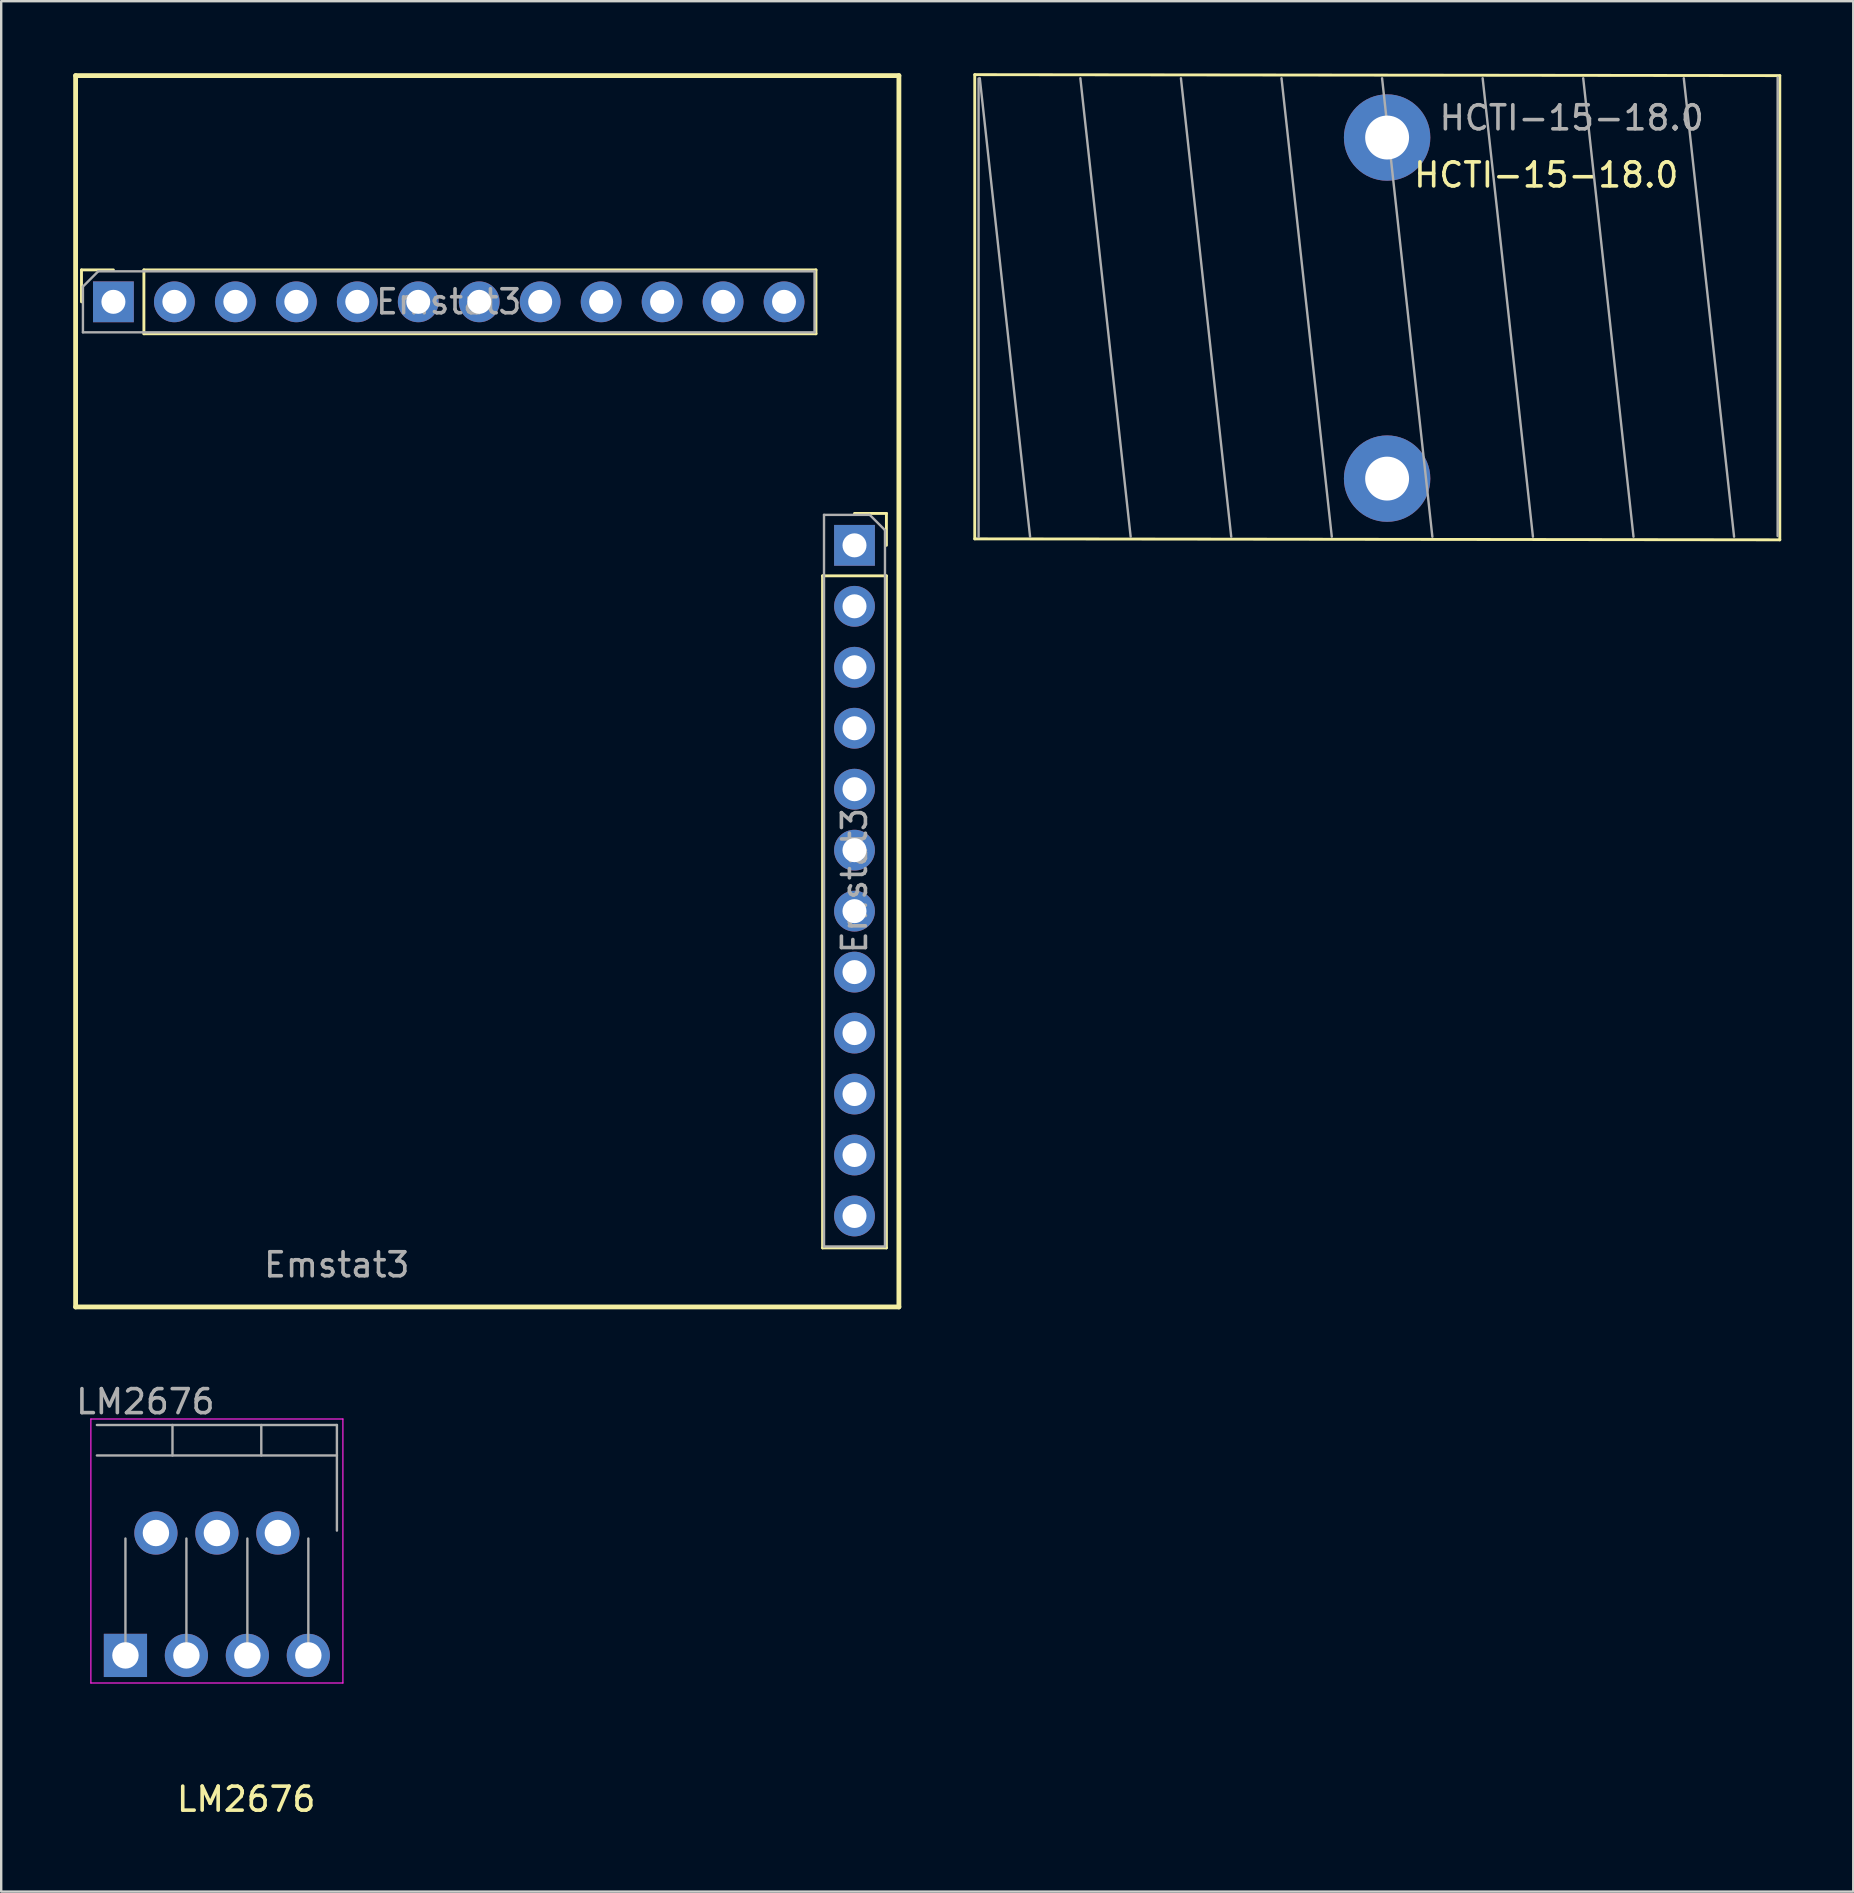
<source format=kicad_pcb>
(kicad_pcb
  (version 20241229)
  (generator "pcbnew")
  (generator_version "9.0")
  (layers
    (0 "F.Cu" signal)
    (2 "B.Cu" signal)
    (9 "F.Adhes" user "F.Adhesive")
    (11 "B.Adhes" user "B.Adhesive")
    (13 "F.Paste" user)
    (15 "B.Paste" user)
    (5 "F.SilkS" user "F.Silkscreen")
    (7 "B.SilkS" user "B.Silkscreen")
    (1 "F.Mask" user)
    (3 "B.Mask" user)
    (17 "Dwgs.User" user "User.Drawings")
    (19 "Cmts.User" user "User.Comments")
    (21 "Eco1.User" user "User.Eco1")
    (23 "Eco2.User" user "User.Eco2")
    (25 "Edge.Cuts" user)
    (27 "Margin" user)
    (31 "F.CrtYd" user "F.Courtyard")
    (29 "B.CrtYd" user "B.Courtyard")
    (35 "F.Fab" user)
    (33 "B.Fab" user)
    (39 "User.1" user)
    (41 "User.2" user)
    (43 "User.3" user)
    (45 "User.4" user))
  (footprint "LM2676"
    (layer "F.Cu")
    (at 7.006 62.148)
    (property "Reference" "LM2676" (at 0.2 9.76 0) (layer "F.SilkS") (effects (font (size 1 1) (thickness 0.15))))
    (attr through_hole)
    (fp_line (start -6.27 -6.08) (end -6.27 4.92) (stroke (width 0.05) (type solid)) (layer "F.CrtYd"))
    (fp_line (start -6.27 4.92) (end 4.23 4.92) (stroke (width 0.05) (type solid)) (layer "F.CrtYd"))
    (fp_line (start 4.23 -6.08) (end -6.27 -6.08) (stroke (width 0.05) (type solid)) (layer "F.CrtYd"))
    (fp_line (start 4.23 4.92) (end 4.23 -6.08) (stroke (width 0.05) (type solid)) (layer "F.CrtYd"))
    (fp_line (start -6.02 -4.56) (end 3.98 -4.56) (stroke (width 0.1) (type solid)) (layer "F.Fab"))
    (fp_line (start -4.83 -1.1) (end -4.83 3.77) (stroke (width 0.1) (type solid)) (layer "F.Fab"))
    (fp_line (start -3.56 -1.43) (end -3.56 -1.33) (stroke (width 0.1) (type solid)) (layer "F.Fab"))
    (fp_line (start -2.87 -5.83) (end -2.87 -4.56) (stroke (width 0.1) (type solid)) (layer "F.Fab"))
    (fp_line (start -2.29 -1.1) (end -2.29 3.77) (stroke (width 0.1) (type solid)) (layer "F.Fab"))
    (fp_line (start -1.02 -1.43) (end -1.02 -1.33) (stroke (width 0.1) (type solid)) (layer "F.Fab"))
    (fp_line (start 0.25 -1.1) (end 0.25 3.77) (stroke (width 0.1) (type solid)) (layer "F.Fab"))
    (fp_line (start 0.83 -5.83) (end 0.83 -4.56) (stroke (width 0.1) (type solid)) (layer "F.Fab"))
    (fp_line (start 1.52 -1.43) (end 1.52 -1.33) (stroke (width 0.1) (type solid)) (layer "F.Fab"))
    (fp_line (start 2.79 -1.1) (end 2.79 3.77) (stroke (width 0.1) (type solid)) (layer "F.Fab"))
    (fp_line (start 3.98 -5.83) (end -6.02 -5.83) (stroke (width 0.1) (type solid)) (layer "F.Fab"))
    (fp_line (start 3.98 -1.43) (end 3.98 -5.83) (stroke (width 0.1) (type solid)) (layer "F.Fab"))
    (fp_text user "${REFERENCE}" (at -4 -6.8 0) (layer "F.Fab") (effects (font (size 1 1) (thickness 0.15))))
    (pad "1" thru_hole rect (at -4.83 3.77) (size 1.8 1.8) (drill 1.1) (layers "*.Cu" "*.Mask"))
    (pad "2" thru_hole oval (at -3.56 -1.33) (size 1.8 1.8) (drill 1.1) (layers "*.Cu" "*.Mask"))
    (pad "3" thru_hole oval (at -2.29 3.77) (size 1.8 1.8) (drill 1.1) (layers "*.Cu" "*.Mask"))
    (pad "4" thru_hole oval (at -1.02 -1.33) (size 1.8 1.8) (drill 1.1) (layers "*.Cu" "*.Mask"))
    (pad "5" thru_hole oval (at 0.25 3.77) (size 1.8 1.8) (drill 1.1) (layers "*.Cu" "*.Mask"))
    (pad "6" thru_hole oval (at 1.52 -1.33) (size 1.8 1.8) (drill 1.1) (layers "*.Cu" "*.Mask"))
    (pad "7" thru_hole oval (at 2.79 3.77) (size 1.8 1.8) (drill 1.1) (layers "*.Cu" "*.Mask")))
  (footprint "Emstat3"
    (layer "F.Cu")
    (at 14.93 22.65)
    (property "Reference" "Emstat3" (at -3.95 26.995 180) (layer "F.Fab") (effects (font (size 1 1) (thickness 0.15))))
    (attr through_hole)
    (fp_line (start -14.83 -22.55) (end -14.83 28.75) (stroke (width 0.2) (type solid)) (layer "F.SilkS"))
    (fp_line (start -14.83 28.75) (end 19.47 28.75) (stroke (width 0.2) (type solid)) (layer "F.SilkS"))
    (fp_line (start -14.585 -14.455) (end -13.255 -14.455) (stroke (width 0.12) (type solid)) (layer "F.SilkS"))
    (fp_line (start -14.585 -13.125) (end -14.585 -14.455) (stroke (width 0.12) (type solid)) (layer "F.SilkS"))
    (fp_line (start -11.985 -14.455) (end 16.015 -14.455) (stroke (width 0.12) (type solid)) (layer "F.SilkS"))
    (fp_line (start -11.985 -11.795) (end -11.985 -14.455) (stroke (width 0.12) (type solid)) (layer "F.SilkS"))
    (fp_line (start -11.985 -11.795) (end 16.015 -11.795) (stroke (width 0.12) (type solid)) (layer "F.SilkS"))
    (fp_line (start 16.015 -11.795) (end 16.015 -14.455) (stroke (width 0.12) (type solid)) (layer "F.SilkS"))
    (fp_line (start 16.29 -1.71) (end 16.29 26.29) (stroke (width 0.12) (type solid)) (layer "F.SilkS"))
    (fp_line (start 16.29 -1.71) (end 18.95 -1.71) (stroke (width 0.12) (type solid)) (layer "F.SilkS"))
    (fp_line (start 16.29 26.29) (end 18.95 26.29) (stroke (width 0.12) (type solid)) (layer "F.SilkS"))
    (fp_line (start 17.62 -4.31) (end 18.95 -4.31) (stroke (width 0.12) (type solid)) (layer "F.SilkS"))
    (fp_line (start 18.95 -4.31) (end 18.95 -2.98) (stroke (width 0.12) (type solid)) (layer "F.SilkS"))
    (fp_line (start 18.95 -1.71) (end 18.95 26.29) (stroke (width 0.12) (type solid)) (layer "F.SilkS"))
    (fp_line (start 19.47 -22.55) (end -14.83 -22.55) (stroke (width 0.2) (type solid)) (layer "F.SilkS"))
    (fp_line (start 19.47 28.75) (end 19.47 -22.55) (stroke (width 0.2) (type solid)) (layer "F.SilkS"))
    (fp_line (start -14.525 -13.76) (end -13.89 -14.395) (stroke (width 0.1) (type solid)) (layer "F.Fab"))
    (fp_line (start -14.525 -11.855) (end -14.525 -13.76) (stroke (width 0.1) (type solid)) (layer "F.Fab"))
    (fp_line (start -13.89 -14.395) (end 15.955 -14.395) (stroke (width 0.1) (type solid)) (layer "F.Fab"))
    (fp_line (start 15.955 -14.395) (end 15.955 -11.855) (stroke (width 0.1) (type solid)) (layer "F.Fab"))
    (fp_line (start 15.955 -11.855) (end -14.525 -11.855) (stroke (width 0.1) (type solid)) (layer "F.Fab"))
    (fp_line (start 16.35 -4.25) (end 18.255 -4.25) (stroke (width 0.1) (type solid)) (layer "F.Fab"))
    (fp_line (start 16.35 26.23) (end 16.35 -4.25) (stroke (width 0.1) (type solid)) (layer "F.Fab"))
    (fp_line (start 18.255 -4.25) (end 18.89 -3.615) (stroke (width 0.1) (type solid)) (layer "F.Fab"))
    (fp_line (start 18.89 -3.615) (end 18.89 26.23) (stroke (width 0.1) (type solid)) (layer "F.Fab"))
    (fp_line (start 18.89 26.23) (end 16.35 26.23) (stroke (width 0.1) (type solid)) (layer "F.Fab"))
    (fp_text user "${REFERENCE}" (at 0.715 -13.125 180) (layer "F.Fab") (effects (font (size 1 1) (thickness 0.15))))
    (fp_text user "${REFERENCE}" (at 17.62 10.99 90) (layer "F.Fab") (effects (font (size 1 1) (thickness 0.15))))
    (pad "1" thru_hole rect (at -13.255 -13.125 90) (size 1.7 1.7) (drill 1) (layers "*.Cu" "*.Mask"))
    (pad "2" thru_hole oval (at -10.715 -13.125 90) (size 1.7 1.7) (drill 1) (layers "*.Cu" "*.Mask"))
    (pad "3" thru_hole oval (at -8.175 -13.125 90) (size 1.7 1.7) (drill 1) (layers "*.Cu" "*.Mask"))
    (pad "4" thru_hole oval (at -5.635 -13.125 90) (size 1.7 1.7) (drill 1) (layers "*.Cu" "*.Mask"))
    (pad "5" thru_hole oval (at -3.095 -13.125 90) (size 1.7 1.7) (drill 1) (layers "*.Cu" "*.Mask"))
    (pad "6" thru_hole oval (at -0.555 -13.125 90) (size 1.7 1.7) (drill 1) (layers "*.Cu" "*.Mask"))
    (pad "7" thru_hole oval (at 1.985 -13.125 90) (size 1.7 1.7) (drill 1) (layers "*.Cu" "*.Mask"))
    (pad "8" thru_hole oval (at 4.525 -13.125 90) (size 1.7 1.7) (drill 1) (layers "*.Cu" "*.Mask"))
    (pad "9" thru_hole oval (at 7.065 -13.125 90) (size 1.7 1.7) (drill 1) (layers "*.Cu" "*.Mask"))
    (pad "10" thru_hole oval (at 9.605 -13.125 90) (size 1.7 1.7) (drill 1) (layers "*.Cu" "*.Mask"))
    (pad "11" thru_hole oval (at 12.145 -13.125 90) (size 1.7 1.7) (drill 1) (layers "*.Cu" "*.Mask"))
    (pad "12" thru_hole oval (at 14.685 -13.125 90) (size 1.7 1.7) (drill 1) (layers "*.Cu" "*.Mask"))
    (pad "13" thru_hole rect (at 17.62 -2.98) (size 1.7 1.7) (drill 1) (layers "*.Cu" "*.Mask"))
    (pad "14" thru_hole oval (at 17.62 -0.44) (size 1.7 1.7) (drill 1) (layers "*.Cu" "*.Mask"))
    (pad "15" thru_hole oval (at 17.62 2.1) (size 1.7 1.7) (drill 1) (layers "*.Cu" "*.Mask"))
    (pad "16" thru_hole oval (at 17.62 4.64) (size 1.7 1.7) (drill 1) (layers "*.Cu" "*.Mask"))
    (pad "17" thru_hole oval (at 17.62 7.18) (size 1.7 1.7) (drill 1) (layers "*.Cu" "*.Mask"))
    (pad "18" thru_hole oval (at 17.62 9.72) (size 1.7 1.7) (drill 1) (layers "*.Cu" "*.Mask"))
    (pad "19" thru_hole oval (at 17.62 12.26) (size 1.7 1.7) (drill 1) (layers "*.Cu" "*.Mask"))
    (pad "20" thru_hole oval (at 17.62 14.8) (size 1.7 1.7) (drill 1) (layers "*.Cu" "*.Mask"))
    (pad "21" thru_hole oval (at 17.62 17.34) (size 1.7 1.7) (drill 1) (layers "*.Cu" "*.Mask"))
    (pad "22" thru_hole oval (at 17.62 19.88) (size 1.7 1.7) (drill 1) (layers "*.Cu" "*.Mask"))
    (pad "23" thru_hole oval (at 17.62 22.42) (size 1.7 1.7) (drill 1) (layers "*.Cu" "*.Mask"))
    (pad "24" thru_hole oval (at 17.62 24.96) (size 1.7 1.7) (drill 1) (layers "*.Cu" "*.Mask")))
  (footprint "HCTI-15-18.0"
    (layer "F.Cu")
    (at 54.91 13.38)
    (property "Reference" "HCTI-15-18.0" (at 6.46 -9.14 0) (layer "F.SilkS") (effects (font (size 1 1) (thickness 0.15))))
    (attr through_hole)
    (fp_line (start -17.35 -13.32) (end -17.35 6.02) (stroke (width 0.12) (type solid)) (layer "F.SilkS"))
    (fp_line (start -17.35 -13.32) (end 16.19 -13.28) (stroke (width 0.12) (type solid)) (layer "F.SilkS"))
    (fp_line (start -17.35 6.02) (end 16.19 6.06) (stroke (width 0.12) (type solid)) (layer "F.SilkS"))
    (fp_line (start 16.19 -13.28) (end 16.19 6.06) (stroke (width 0.12) (type solid)) (layer "F.SilkS"))
    (fp_line (start -17.19 -13.16) (end -17.19 5.94) (stroke (width 0.1) (type solid)) (layer "F.Fab"))
    (fp_line (start -17.14 -13.17) (end -15.045 5.93) (stroke (width 0.1) (type solid)) (layer "F.Fab"))
    (fp_line (start -12.95 -13.17) (end -10.855 5.93) (stroke (width 0.1) (type solid)) (layer "F.Fab"))
    (fp_line (start -8.76 -13.17) (end -6.665 5.93) (stroke (width 0.1) (type solid)) (layer "F.Fab"))
    (fp_line (start -4.57 -13.17) (end -2.475 5.93) (stroke (width 0.1) (type solid)) (layer "F.Fab"))
    (fp_line (start -0.38 -13.17) (end 1.715 5.93) (stroke (width 0.1) (type solid)) (layer "F.Fab"))
    (fp_line (start 3.81 -13.17) (end 5.905 5.93) (stroke (width 0.1) (type solid)) (layer "F.Fab"))
    (fp_line (start 8 -13.17) (end 10.095 5.93) (stroke (width 0.1) (type solid)) (layer "F.Fab"))
    (fp_line (start 12.19 -13.17) (end 14.285 5.93) (stroke (width 0.1) (type solid)) (layer "F.Fab"))
    (fp_line (start 16.1 5.9) (end 16.1 -13.2) (stroke (width 0.1) (type solid)) (layer "F.Fab"))
    (fp_text user "${REFERENCE}" (at 7.52 -11.52 0) (layer "F.Fab") (effects (font (size 1 1) (thickness 0.15))))
    (pad "1" thru_hole circle (at -0.17 -10.7) (size 3.6 3.6) (drill 1.829) (layers "*.Cu" "*.Mask"))
    (pad "2" thru_hole circle (at -0.17 3.51) (size 3.6 3.6) (drill 1.829) (layers "*.Cu" "*.Mask")))
  (gr_rect
    (start -3 -3)
    (end 74.16 75.757)
    (stroke (width 0.1) (type default))
    (fill no)
    (layer "Edge.Cuts")))
</source>
